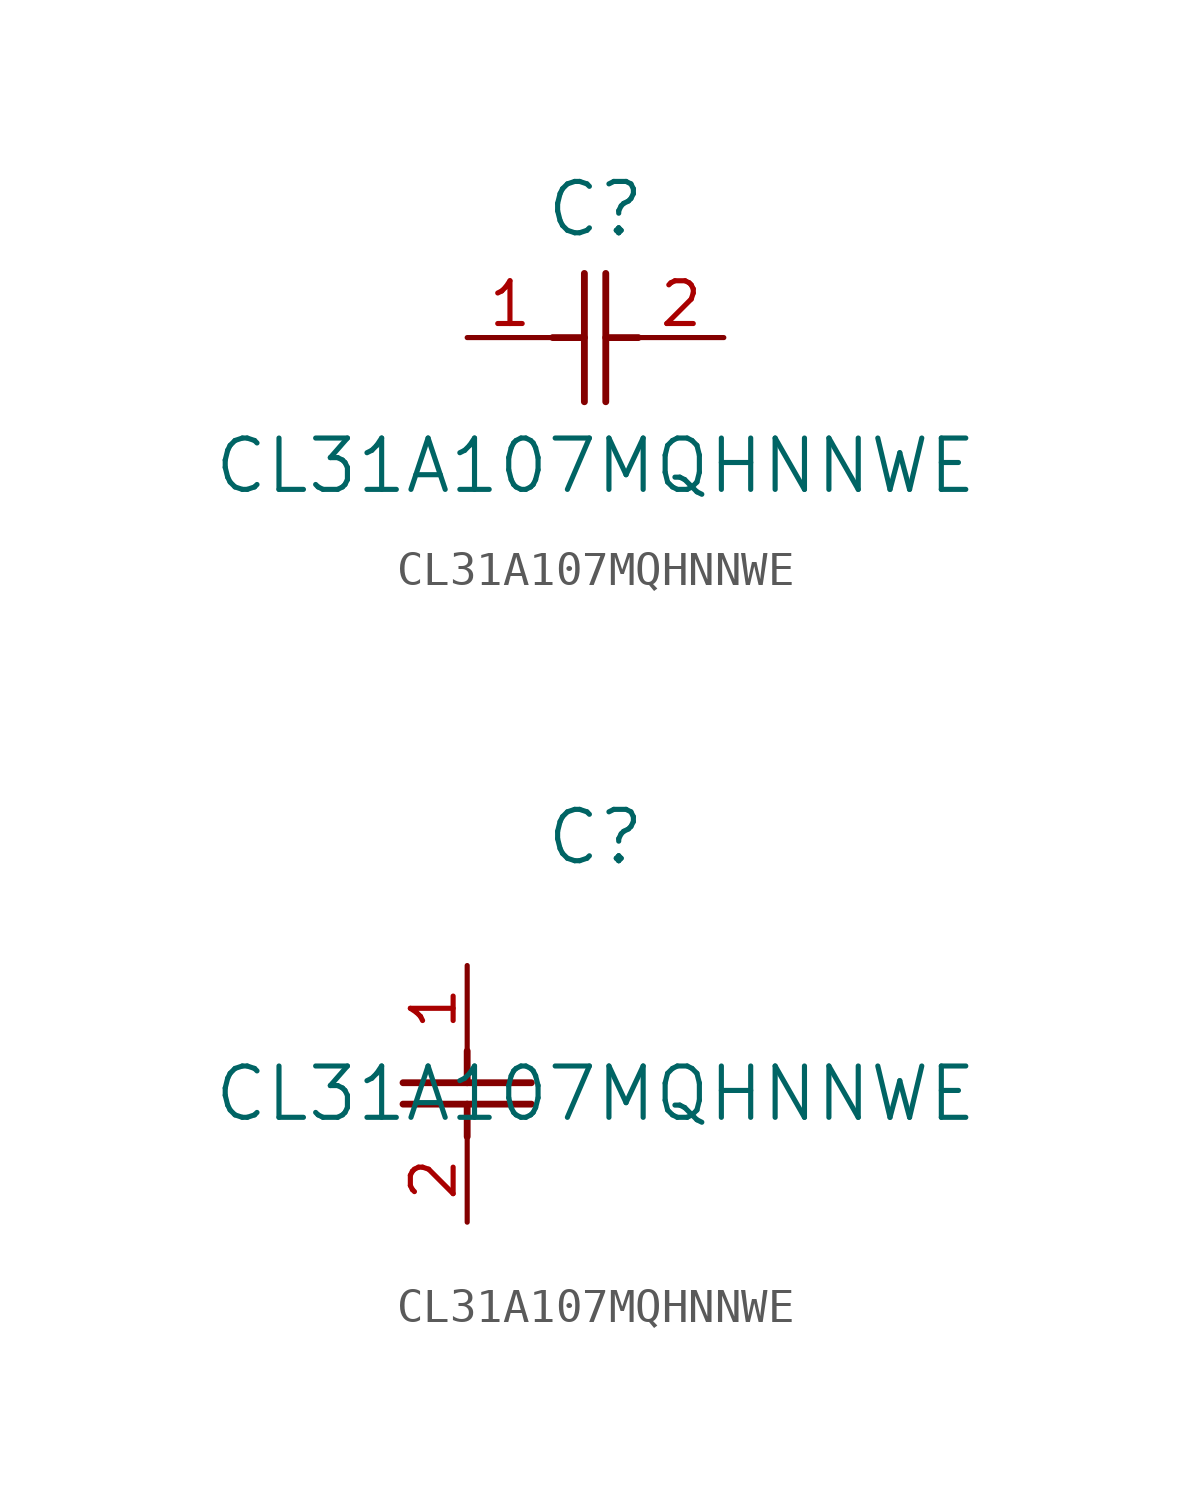
<source format=kicad_sym>
(kicad_symbol_lib
  (version 20211014)
  (generator kicad_symbol_editor)
  (symbol "CL31A107MQHNNWE"
    (pin_names
      (offset 0.254))
    (property "Reference" "C"
      (at 3.81 3.81 0)
      (effects (font (size 1.524 1.524))))
    (property "Value" "CL31A107MQHNNWE"
      (at 3.81 -3.81 0)
      (effects (font (size 1.524 1.524))))
    (symbol "CL31A107MQHNNWE_1_1"
      (polyline (pts (xy 3.48 -1.905) (xy 3.48 1.905)) (stroke (width 0.203) (type default) (color 0 0 0 0)) (fill (type none)))
      (polyline (pts (xy 4.115 -1.905) (xy 4.115 1.905)) (stroke (width 0.203) (type default) (color 0 0 0 0)) (fill (type none)))
      (polyline (pts (xy 4.115 0) (xy 5.08 0)) (stroke (width 0.203) (type default) (color 0 0 0 0)) (fill (type none)))
      (polyline (pts (xy 2.54 0) (xy 3.48 0)) (stroke (width 0.203) (type default) (color 0 0 0 0)) (fill (type none)))
      (pin unspecified line (at 0 0 0) (length 2.54) (name "" (effects (font (size 1.27 1.27)))) (number "1" (effects (font (size 1.27 1.27)))))
      (pin unspecified line (at 7.62 0 180) (length 2.54) (name "" (effects (font (size 1.27 1.27)))) (number "2" (effects (font (size 1.27 1.27))))))
    (symbol "CL31A107MQHNNWE_1_2"
      (polyline (pts (xy -1.905 -3.48) (xy 1.905 -3.48)) (stroke (width 0.203) (type default) (color 0 0 0 0)) (fill (type none)))
      (polyline (pts (xy -1.905 -4.115) (xy 1.905 -4.115)) (stroke (width 0.203) (type default) (color 0 0 0 0)) (fill (type none)))
      (polyline (pts (xy 0 -4.115) (xy 0 -5.08)) (stroke (width 0.203) (type default) (color 0 0 0 0)) (fill (type none)))
      (polyline (pts (xy 0 -2.54) (xy 0 -3.48)) (stroke (width 0.203) (type default) (color 0 0 0 0)) (fill (type none)))
      (pin unspecified line (at 0 0 270) (length 2.54) (name "" (effects (font (size 1.27 1.27)))) (number "1" (effects (font (size 1.27 1.27)))))
      (pin unspecified line (at 0 -7.62 90) (length 2.54) (name "" (effects (font (size 1.27 1.27)))) (number "2" (effects (font (size 1.27 1.27))))))))
</source>
